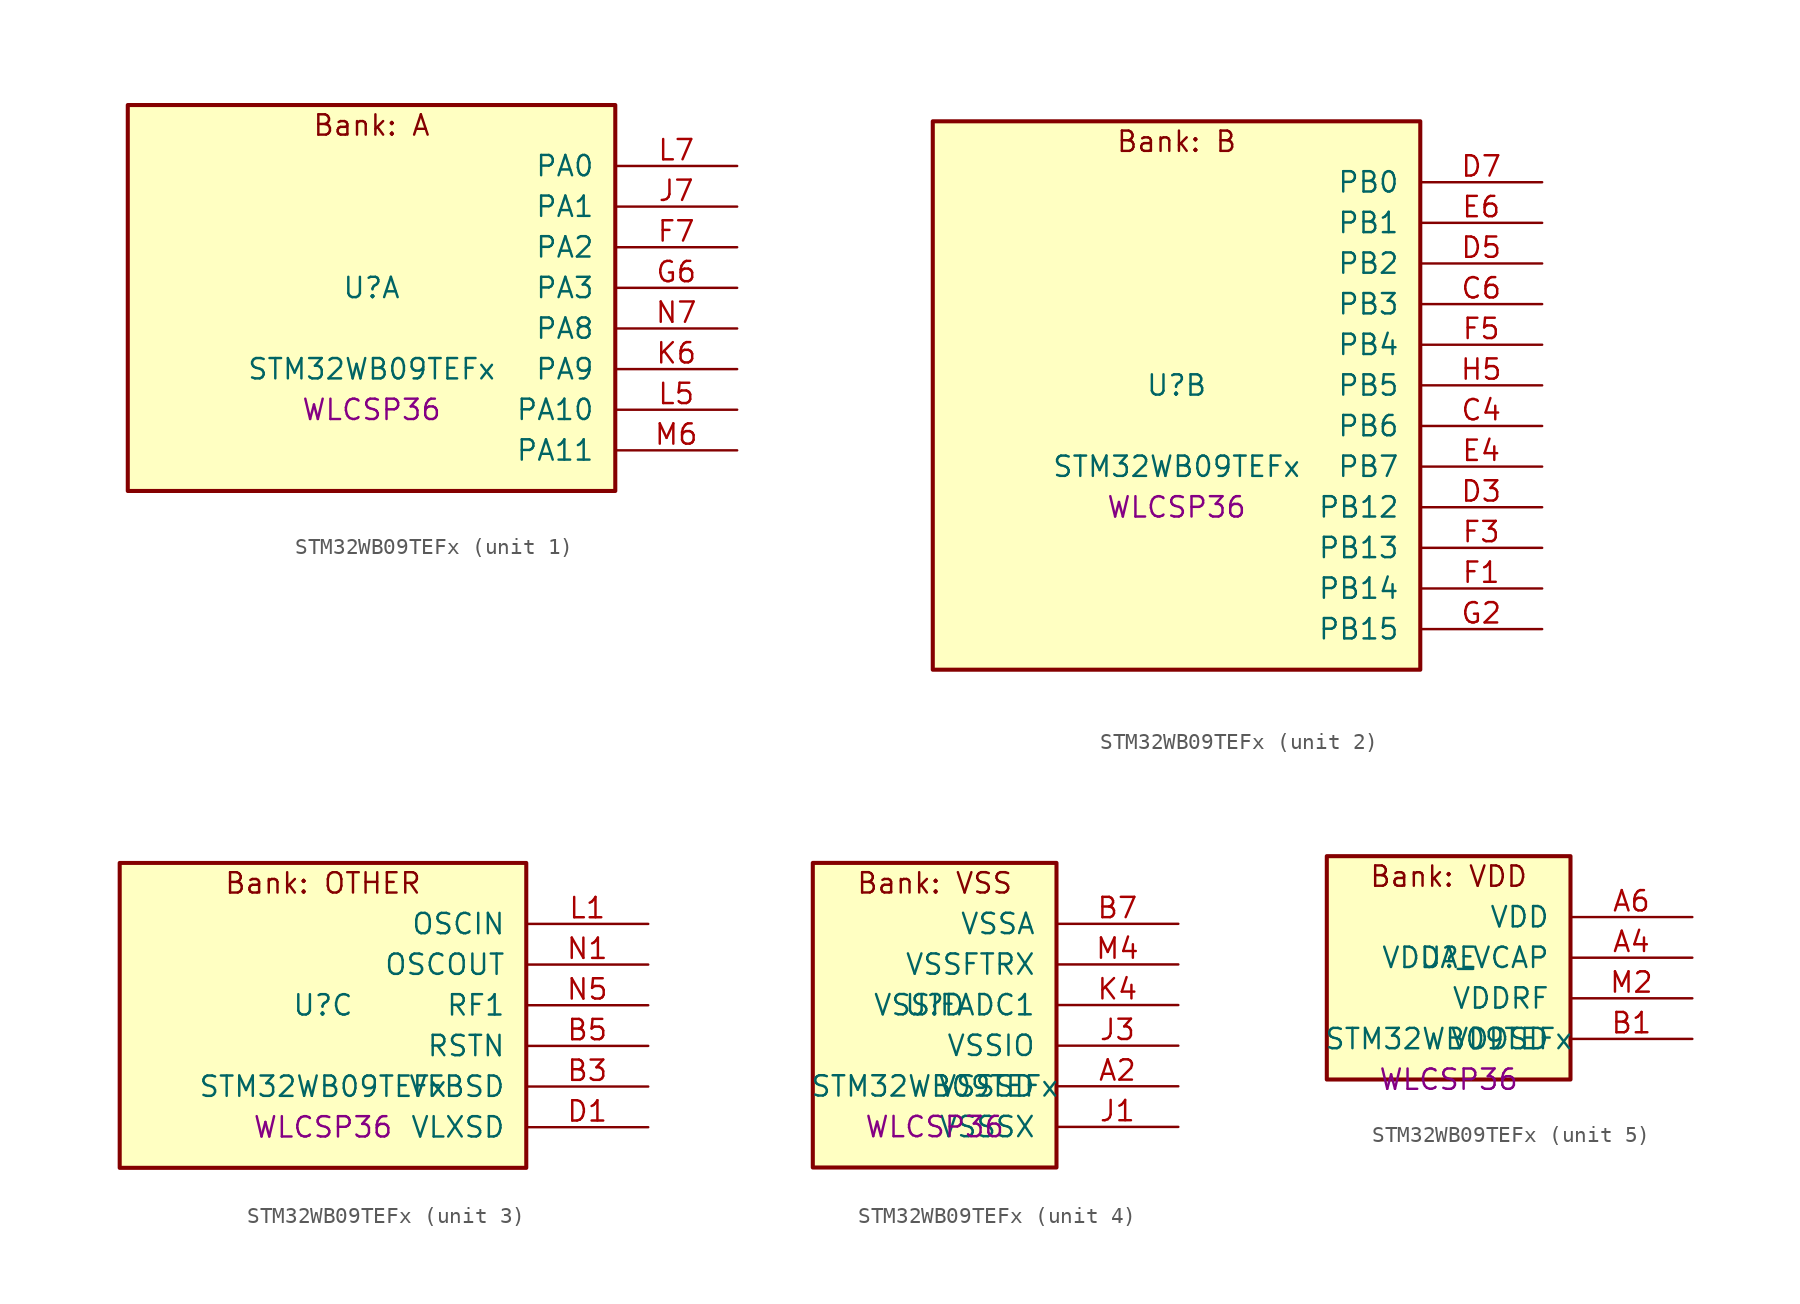
<source format=kicad_sym>
(kicad_symbol_lib
  (version 20241209)
  (generator "stm32_pkl_generator")
  (generator_version "1.0")
  (symbol "STM32WB09TEFx"
    (pin_names
      (offset 1.27))
    (property "Reference" "U"
      (at 0 2.54 0))
    (property "Value" "STM32WB09TEFx"
      (at 0 -2.54 0))
    (property "Footprint" "WLCSP36"
      (at 0 -5.08 0))
    (symbol "STM32WB09TEFx_1_1"
      (rectangle (start -15.24 13.97) (end 15.24 -10.16) (stroke (width 0.254) (type solid)) (fill (type background)))
      (text "Bank: A" (at 0 12.7 0))
      (pin bidirectional line (at 22.86 10.16 180) (length 7.62) (name "PA0") (number "L7") (alternate "PA0/I2C1_SCL" bidirectional line) (alternate "PA0/IR_OUT" bidirectional line) (alternate "PA0/PWR_WKUP12" bidirectional line) (alternate "PA0/TIM2_CH3" bidirectional line) (alternate "PA0/USART1_CTS" bidirectional line))
      (pin bidirectional line (at 22.86 7.62 180) (length 7.62) (name "PA1") (number "J7") (alternate "PA1/I2C1_SDA" bidirectional line) (alternate "PA1/IR_OUT" bidirectional line) (alternate "PA1/PWR_WKUP13" bidirectional line) (alternate "PA1/TIM2_CH4" bidirectional line) (alternate "PA1/USART1_TX" bidirectional line))
      (pin bidirectional line (at 22.86 5.08 180) (length 7.62) (name "PA2") (number "F7") (alternate "PA2/ADC1_VINM2" bidirectional line) (alternate "PA2/DEBUG_SWDIO" bidirectional line) (alternate "PA2/I2S3_MCK" bidirectional line) (alternate "PA2/PWR_WKUP14" bidirectional line) (alternate "PA2/TIM16_CH1" bidirectional line) (alternate "PA2/TIM2_CH1" bidirectional line) (alternate "PA2/USART1_CK" bidirectional line))
      (pin bidirectional line (at 22.86 2.54 180) (length 7.62) (name "PA3") (number "G6") (alternate "PA3/ADC1_VINP2" bidirectional line) (alternate "PA3/DEBUG_SWCLK" bidirectional line) (alternate "PA3/I2S3_SCK" bidirectional line) (alternate "PA3/PWR_WKUP15" bidirectional line) (alternate "PA3/SPI3_SCK" bidirectional line) (alternate "PA3/TIM16_CH1N" bidirectional line) (alternate "PA3/TIM2_CH2" bidirectional line) (alternate "PA3/USART1_DE" bidirectional line) (alternate "PA3/USART1_RTS" bidirectional line))
      (pin bidirectional line (at 22.86 0 180) (length 7.62) (name "PA8") (number "N7") (alternate "PA8/PWR_WKUP8" bidirectional line) (alternate "PA8/RADIO_RX_SEQUENCE" bidirectional line) (alternate "PA8/RTC_OUT" bidirectional line) (alternate "PA8/SPI3_MISO" bidirectional line) (alternate "PA8/TIM16_BK" bidirectional line) (alternate "PA8/TIM2_CH3" bidirectional line) (alternate "PA8/USART1_RX" bidirectional line))
      (pin bidirectional line (at 22.86 -2.54 180) (length 7.62) (name "PA9") (number "K6") (alternate "PA9/I2S3_WS" bidirectional line) (alternate "PA9/PWR_WKUP9" bidirectional line) (alternate "PA9/RTC_OUT" bidirectional line) (alternate "PA9/SPI3_NSS" bidirectional line) (alternate "PA9/TIM17_CH1" bidirectional line) (alternate "PA9/TIM2_CH4" bidirectional line) (alternate "PA9/USART1_TX" bidirectional line))
      (pin bidirectional line (at 22.86 -5.08 180) (length 7.62) (name "PA10") (number "L5") (alternate "PA10/I2S3_MCK" bidirectional line) (alternate "PA10/LPUART1_CTS" bidirectional line) (alternate "PA10/PWR_WKUP10" bidirectional line) (alternate "PA10/RADIO_TX_SEQUENCE" bidirectional line) (alternate "PA10/RCC_LCO" bidirectional line) (alternate "PA10/TIM17_CH1N" bidirectional line))
      (pin bidirectional line (at 22.86 -7.62 180) (length 7.62) (name "PA11") (number "M6") (alternate "PA11/I2S3_SD" bidirectional line) (alternate "PA11/PWR_WKUP11" bidirectional line) (alternate "PA11/RADIO_RX_SEQUENCE" bidirectional line) (alternate "PA11/RCC_MCO" bidirectional line) (alternate "PA11/SPI3_MOSI" bidirectional line) (alternate "PA11/TIM17_BK" bidirectional line)))
    (symbol "STM32WB09TEFx_2_1"
      (rectangle (start -15.24 19.05) (end 15.24 -15.24) (stroke (width 0.254) (type solid)) (fill (type background)))
      (text "Bank: B" (at 0 17.78 0))
      (pin bidirectional line (at 22.86 15.24 180) (length 7.62) (name "PB0") (number "D7") (alternate "PB0/ADC1_VINM1" bidirectional line) (alternate "PB0/LPUART1_DE" bidirectional line) (alternate "PB0/LPUART1_RTS" bidirectional line) (alternate "PB0/PWR_WKUP0" bidirectional line) (alternate "PB0/RADIO_ANTENNA_ID_0" bidirectional line) (alternate "PB0/TIM16_CH1" bidirectional line) (alternate "PB0/USART1_RX" bidirectional line))
      (pin bidirectional line (at 22.86 12.7 180) (length 7.62) (name "PB1") (number "E6") (alternate "PB1/ADC1_VINP1" bidirectional line) (alternate "PB1/PWR_WKUP1" bidirectional line) (alternate "PB1/RADIO_ANTENNA_ID_1" bidirectional line) (alternate "PB1/TIM16_CH1N" bidirectional line) (alternate "PB1/TIM2_ETR" bidirectional line) (alternate "PB1/USART1_CK" bidirectional line))
      (pin bidirectional line (at 22.86 10.16 180) (length 7.62) (name "PB2") (number "D5") (alternate "PB2/ADC1_VINM0" bidirectional line) (alternate "PB2/PWR_WKUP2" bidirectional line) (alternate "PB2/RADIO_ANTENNA_ID_2" bidirectional line) (alternate "PB2/TIM16_BK" bidirectional line) (alternate "PB2/TIM2_CH3" bidirectional line) (alternate "PB2/USART1_DE" bidirectional line) (alternate "PB2/USART1_RTS" bidirectional line))
      (pin bidirectional line (at 22.86 7.62 180) (length 7.62) (name "PB3") (number "C6") (alternate "PB3/ADC1_VINP0" bidirectional line) (alternate "PB3/I2S3_SCK" bidirectional line) (alternate "PB3/LPUART1_TX" bidirectional line) (alternate "PB3/PWR_WKUP3" bidirectional line) (alternate "PB3/RADIO_ANTENNA_ID_3" bidirectional line) (alternate "PB3/SPI3_SCK" bidirectional line) (alternate "PB3/TIM17_CH1" bidirectional line) (alternate "PB3/TIM2_CH4" bidirectional line) (alternate "PB3/USART1_CTS" bidirectional line))
      (pin bidirectional line (at 22.86 5.08 180) (length 7.62) (name "PB4") (number "F5") (alternate "PB4/ADC1_VINM3" bidirectional line) (alternate "PB4/LPUART1_TX" bidirectional line) (alternate "PB4/PWR_WKUP4" bidirectional line) (alternate "PB4/RADIO_ANTENNA_ID_4" bidirectional line) (alternate "PB4/TIM17_CH1N" bidirectional line) (alternate "PB4/TIM2_CH1" bidirectional line))
      (pin bidirectional line (at 22.86 2.54 180) (length 7.62) (name "PB5") (number "H5") (alternate "PB5/ADC1_VINP3" bidirectional line) (alternate "PB5/LPUART1_RX" bidirectional line) (alternate "PB5/PWR_WKUP5" bidirectional line) (alternate "PB5/RADIO_ANTENNA_ID_5" bidirectional line) (alternate "PB5/TIM17_BK" bidirectional line) (alternate "PB5/TIM2_CH2" bidirectional line))
      (pin bidirectional line (at 22.86 0 180) (length 7.62) (name "PB6") (number "C4") (alternate "PB6/I2C1_SCL" bidirectional line) (alternate "PB6/LPUART1_TX" bidirectional line) (alternate "PB6/PWR_WKUP6" bidirectional line) (alternate "PB6/RADIO_ANTENNA_ID_6" bidirectional line) (alternate "PB6/TIM17_CH1" bidirectional line) (alternate "PB6/TIM2_CH1" bidirectional line))
      (pin bidirectional line (at 22.86 -2.54 180) (length 7.62) (name "PB7") (number "E4") (alternate "PB7/I2C1_SDA" bidirectional line) (alternate "PB7/LPUART1_RX" bidirectional line) (alternate "PB7/PWR_WKUP7" bidirectional line) (alternate "PB7/RADIO_ACTIVITY" bidirectional line) (alternate "PB7/TIM2_CH2" bidirectional line) (alternate "PB7/USART1_CTS" bidirectional line))
      (pin bidirectional line (at 22.86 -5.08 180) (length 7.62) (name "PB12") (number "D3") (alternate "PB12/LPUART1_CTS" bidirectional line) (alternate "PB12/PWR_WKUP16" bidirectional line) (alternate "PB12/RCC_LCO" bidirectional line) (alternate "PB12/RCC_OSC32_OUT" bidirectional line) (alternate "PB12/TIM2_CH3" bidirectional line))
      (pin bidirectional line (at 22.86 -7.62 180) (length 7.62) (name "PB13") (number "F3") (alternate "PB13/PWR_WKUP17" bidirectional line) (alternate "PB13/RCC_OSC32_IN" bidirectional line) (alternate "PB13/TIM2_CH4" bidirectional line))
      (pin bidirectional line (at 22.86 -10.16 180) (length 7.62) (name "PB14") (number "F1") (alternate "PB14/I2C1_SDA" bidirectional line) (alternate "PB14/PWR_PVD_IN" bidirectional line) (alternate "PB14/PWR_WKUP18" bidirectional line) (alternate "PB14/RADIO_TX_SEQUENCE" bidirectional line) (alternate "PB14/RCC_MCO" bidirectional line) (alternate "PB14/TIM2_ETR" bidirectional line) (alternate "PB14/USART1_RX" bidirectional line))
      (pin bidirectional line (at 22.86 -12.7 180) (length 7.62) (name "PB15") (number "G2") (alternate "PB15/PWR_WKUP19" bidirectional line) (alternate "PB15/USART1_TX" bidirectional line)))
    (symbol "STM32WB09TEFx_3_1"
      (rectangle (start -12.7 11.43) (end 12.7 -7.62) (stroke (width 0.254) (type solid)) (fill (type background)))
      (text "Bank: OTHER" (at 0 10.16 0))
      (pin bidirectional line (at 20.32 7.62 180) (length 7.62) (name "OSCIN") (number "L1") (alternate "OSCIN/RCC_OSC_IN" bidirectional line))
      (pin bidirectional line (at 20.32 5.08 180) (length 7.62) (name "OSCOUT") (number "N1") (alternate "OSCOUT/RCC_OSC_OUT" bidirectional line))
      (pin bidirectional line (at 20.32 2.54 180) (length 7.62) (name "RF1") (number "N5") (alternate "RF1/RADIO_RF1" bidirectional line))
      (pin power_in line (at 20.32 0 180) (length 7.62) (name "RSTN") (number "B5"))
      (pin power_in line (at 20.32 -2.54 180) (length 7.62) (name "VFBSD") (number "B3"))
      (pin power_in line (at 20.32 -5.08 180) (length 7.62) (name "VLXSD") (number "D1")))
    (symbol "STM32WB09TEFx_4_1"
      (rectangle (start -7.62 11.43) (end 7.62 -7.62) (stroke (width 0.254) (type solid)) (fill (type background)))
      (text "Bank: VSS" (at 0 10.16 0))
      (pin power_in line (at 15.24 7.62 180) (length 7.62) (name "VSSA") (number "B7"))
      (pin power_in line (at 15.24 5.08 180) (length 7.62) (name "VSSFTRX") (number "M4"))
      (pin power_in line (at 15.24 2.54 180) (length 7.62) (name "VSSIFADC1") (number "K4"))
      (pin power_in line (at 15.24 0 180) (length 7.62) (name "VSSIO") (number "J3"))
      (pin power_in line (at 15.24 -2.54 180) (length 7.62) (name "VSSSD") (number "A2"))
      (pin power_in line (at 15.24 -5.08 180) (length 7.62) (name "VSSSX") (number "J1")))
    (symbol "STM32WB09TEFx_5_1"
      (rectangle (start -7.62 8.89) (end 7.62 -5.08) (stroke (width 0.254) (type solid)) (fill (type background)))
      (text "Bank: VDD" (at 0 7.62 0))
      (pin power_in line (at 15.24 5.08 180) (length 7.62) (name "VDD") (number "A6"))
      (pin power_in line (at 15.24 2.54 180) (length 7.62) (name "VDDA_VCAP") (number "A4"))
      (pin power_in line (at 15.24 0 180) (length 7.62) (name "VDDRF") (number "M2"))
      (pin power_in line (at 15.24 -2.54 180) (length 7.62) (name "VDDSD") (number "B1")))))
</source>
